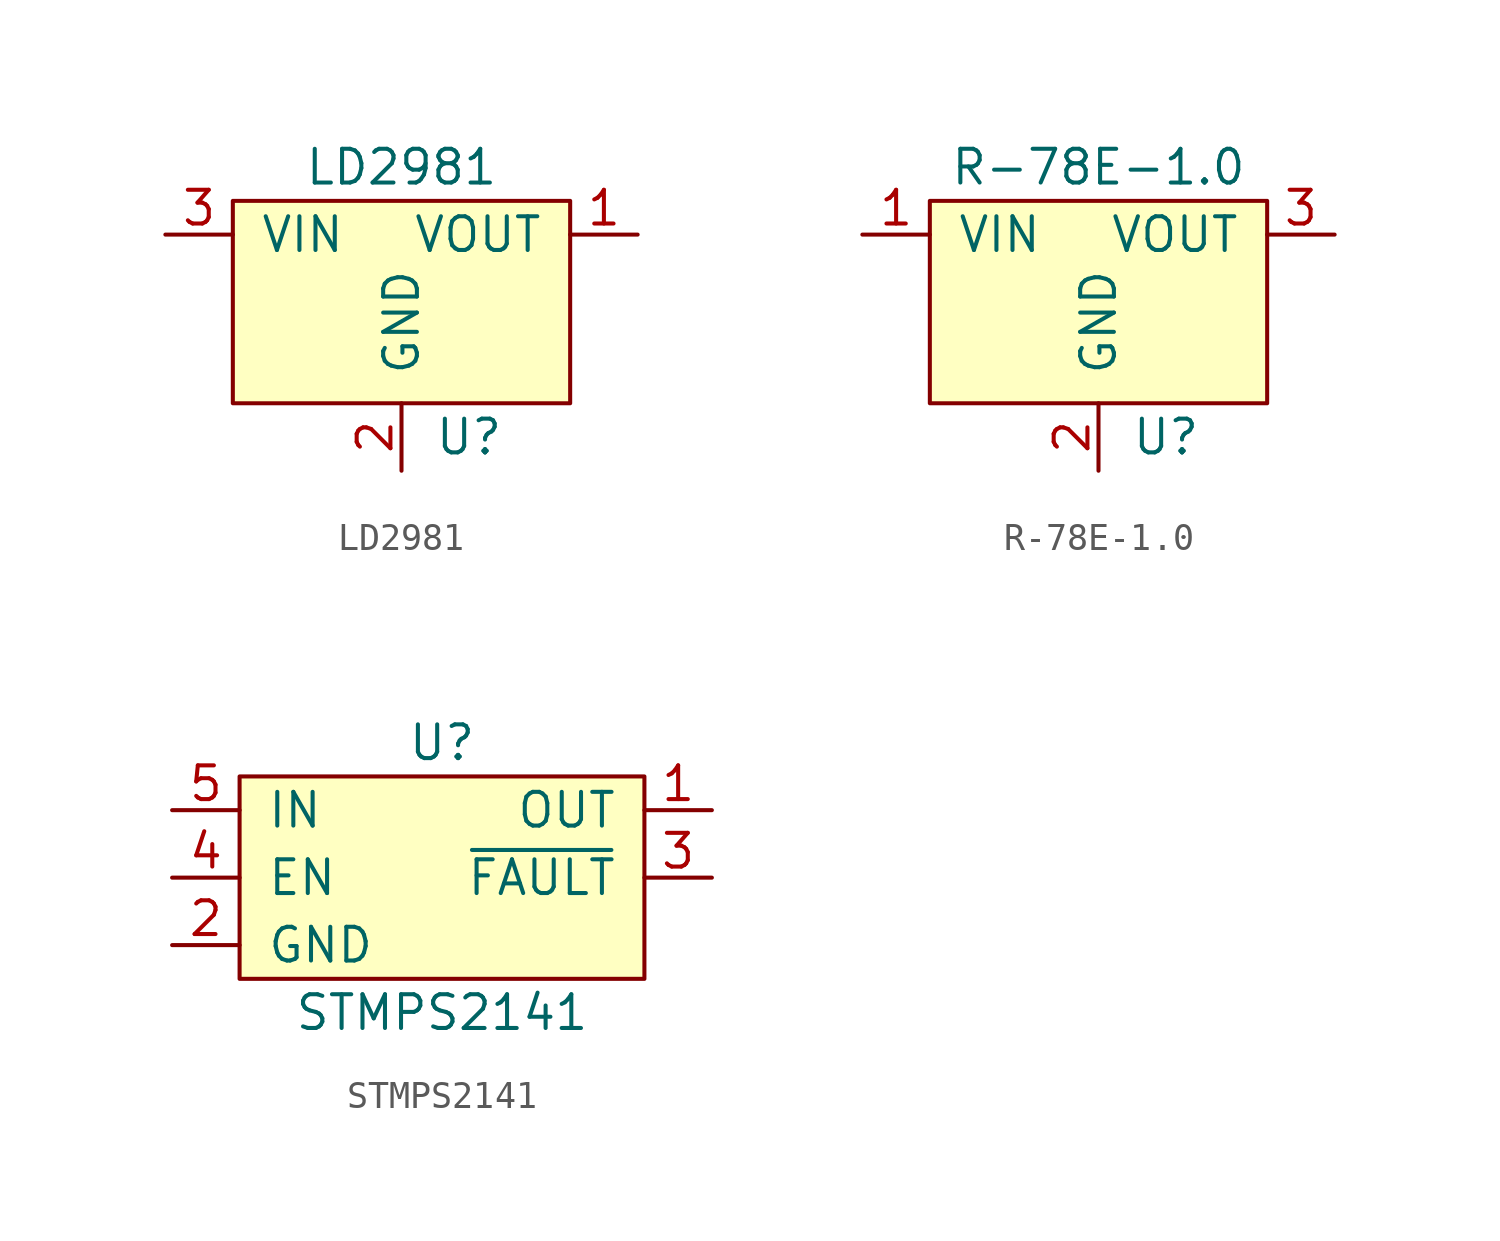
<source format=kicad_sym>
(kicad_symbol_lib
  (version 20220914)
  (generator kicad_symbol_editor)
  (symbol "LD2981"
    (pin_names
      (offset 1.016))
    (property "Reference" "U"
      (at 2.54 -5.08 0)
      (effects (font (size 1.27 1.27))))
    (property "Value" "LD2981"
      (at 0 5.08 0)
      (effects (font (size 1.27 1.27))))
    (symbol "LD2981_0_1"
      (rectangle (start -6.35 -3.81) (end 6.35 3.81) (stroke (width 0) (type solid)) (fill (type background))))
    (symbol "LD2981_1_1"
      (pin power_out line (at 8.89 2.54 180) (length 2.54) (name "VOUT" (effects (font (size 1.27 1.27)))) (number "1" (effects (font (size 1.27 1.27)))))
      (pin power_in line (at 0 -6.35 90) (length 2.54) (name "GND" (effects (font (size 1.27 1.27)))) (number "2" (effects (font (size 1.27 1.27)))))
      (pin power_in line (at -8.89 2.54 0) (length 2.54) (name "VIN" (effects (font (size 1.27 1.27)))) (number "3" (effects (font (size 1.27 1.27)))))))
  (symbol "R-78E-1.0"
    (pin_names
      (offset 1.016))
    (property "Reference" "U"
      (at 2.54 -5.08 0)
      (effects (font (size 1.27 1.27))))
    (property "Value" "R-78E-1.0"
      (at 0 5.08 0)
      (effects (font (size 1.27 1.27))))
    (symbol "R-78E-1.0_0_1"
      (rectangle (start -6.35 -3.81) (end 6.35 3.81) (stroke (width 0) (type solid)) (fill (type background))))
    (symbol "R-78E-1.0_1_1"
      (pin power_in line (at -8.89 2.54 0) (length 2.54) (name "VIN" (effects (font (size 1.27 1.27)))) (number "1" (effects (font (size 1.27 1.27)))))
      (pin power_in line (at 0 -6.35 90) (length 2.54) (name "GND" (effects (font (size 1.27 1.27)))) (number "2" (effects (font (size 1.27 1.27)))))
      (pin power_out line (at 8.89 2.54 180) (length 2.54) (name "VOUT" (effects (font (size 1.27 1.27)))) (number "3" (effects (font (size 1.27 1.27)))))))
  (symbol "STMPS2141"
    (pin_names
      (offset 1.016))
    (property "Reference" "U"
      (at 0 5.08 0)
      (effects (font (size 1.27 1.27))))
    (property "Value" "STMPS2141"
      (at 0 -5.08 0)
      (effects (font (size 1.27 1.27))))
    (symbol "STMPS2141_0_1"
      (rectangle (start -7.62 -3.81) (end 7.62 3.81) (stroke (width 0) (type solid)) (fill (type background))))
    (symbol "STMPS2141_1_1"
      (pin power_out line (at 10.16 2.54 180) (length 2.54) (name "OUT" (effects (font (size 1.27 1.27)))) (number "1" (effects (font (size 1.27 1.27)))))
      (pin power_in line (at -10.16 -2.54 0) (length 2.54) (name "GND" (effects (font (size 1.27 1.27)))) (number "2" (effects (font (size 1.27 1.27)))))
      (pin output line (at 10.16 0 180) (length 2.54) (name "~{FAULT}" (effects (font (size 1.27 1.27)))) (number "3" (effects (font (size 1.27 1.27)))))
      (pin input line (at -10.16 0 0) (length 2.54) (name "EN" (effects (font (size 1.27 1.27)))) (number "4" (effects (font (size 1.27 1.27)))))
      (pin power_in line (at -10.16 2.54 0) (length 2.54) (name "IN" (effects (font (size 1.27 1.27)))) (number "5" (effects (font (size 1.27 1.27))))))))
</source>
